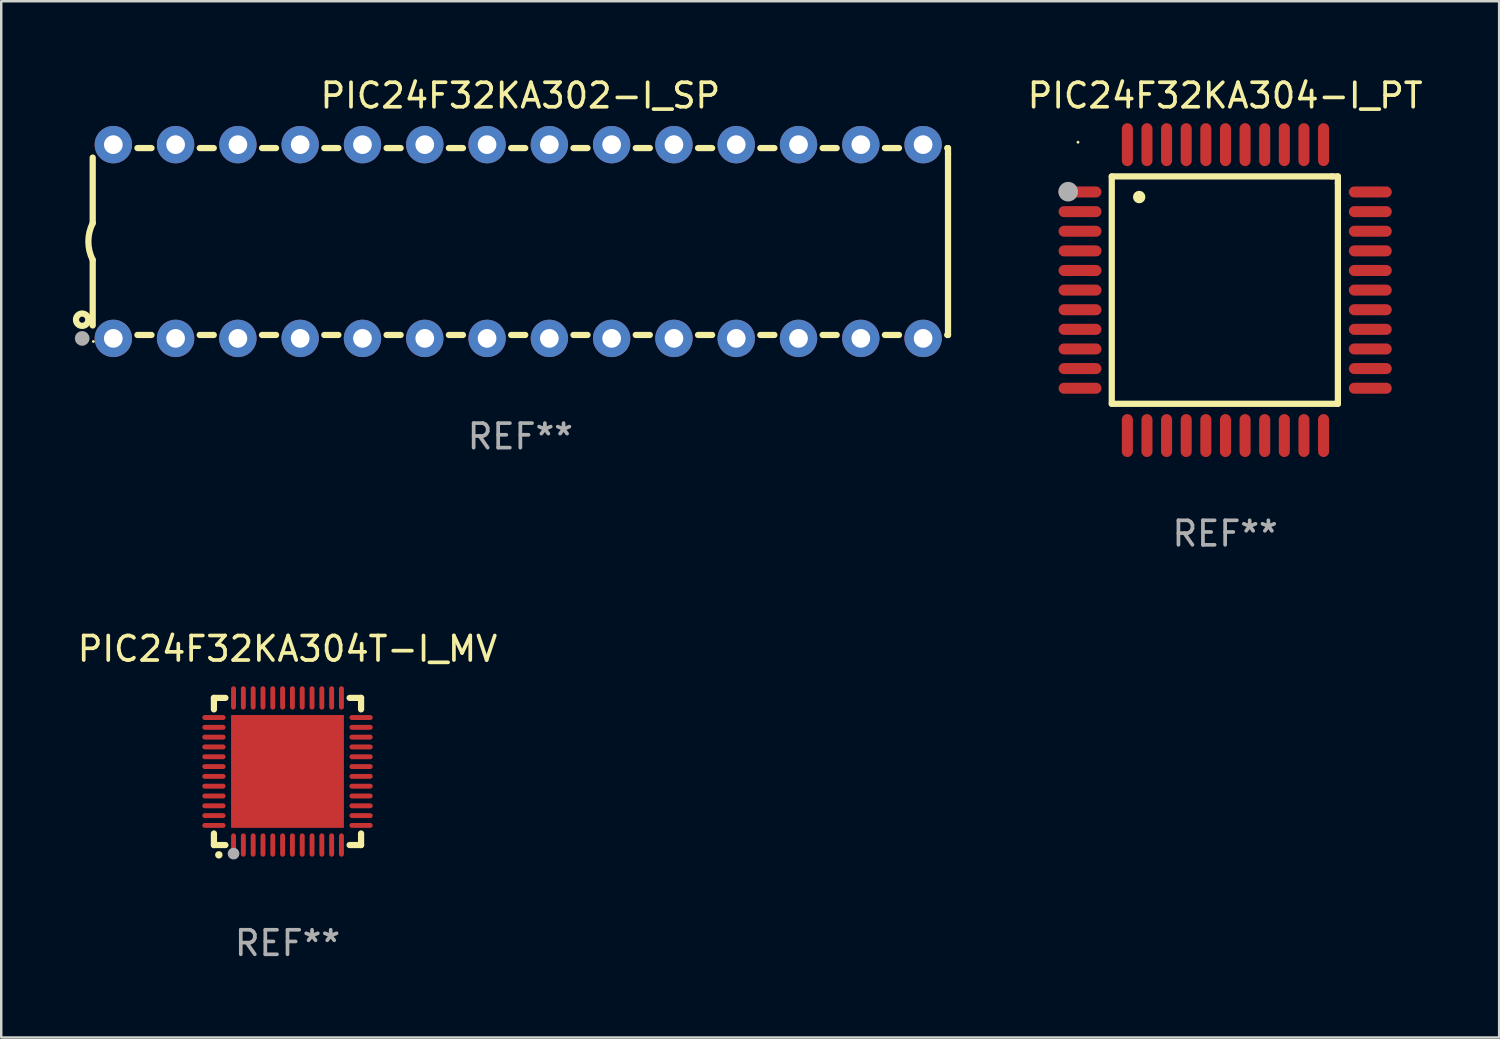
<source format=kicad_pcb>
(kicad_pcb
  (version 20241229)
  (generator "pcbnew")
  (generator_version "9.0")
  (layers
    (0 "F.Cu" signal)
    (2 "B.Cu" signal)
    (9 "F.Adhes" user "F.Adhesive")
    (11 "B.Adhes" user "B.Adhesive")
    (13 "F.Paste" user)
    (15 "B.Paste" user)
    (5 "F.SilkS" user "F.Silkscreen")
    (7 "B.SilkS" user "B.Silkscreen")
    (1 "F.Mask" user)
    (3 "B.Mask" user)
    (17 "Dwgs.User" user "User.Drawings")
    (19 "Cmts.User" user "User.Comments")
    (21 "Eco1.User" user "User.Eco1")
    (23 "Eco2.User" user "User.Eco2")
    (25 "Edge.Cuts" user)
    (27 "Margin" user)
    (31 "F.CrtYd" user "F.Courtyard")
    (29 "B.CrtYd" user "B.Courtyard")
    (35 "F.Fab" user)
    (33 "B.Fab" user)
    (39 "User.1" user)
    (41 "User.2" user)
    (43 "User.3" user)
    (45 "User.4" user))
  (footprint "PIC24F32KA302-I_SP"
    (layer "F.Cu")
    (at 18.168 6.798)
    (property "Reference" "PIC24F32KA302-I_SP" (at 0 -5.95 0) (layer "F.SilkS") (effects (font (size 1 1) (thickness 0.15))))
    (attr through_hole)
    (fp_line (start -17.438 0.75) (end -17.438 3.423) (stroke (width 0.254) (type solid)) (layer "F.SilkS"))
    (fp_line (start -17.438 -3.423) (end -17.438 -0.75) (stroke (width 0.254) (type solid)) (layer "F.SilkS"))
    (fp_line (start -15.615 3.81) (end -15.041 3.81) (stroke (width 0.254) (type solid)) (layer "F.SilkS"))
    (fp_line (start -15.041 -3.81) (end -15.614 -3.81) (stroke (width 0.254) (type solid)) (layer "F.SilkS"))
    (fp_line (start -13.075 3.81) (end -12.501 3.81) (stroke (width 0.254) (type solid)) (layer "F.SilkS"))
    (fp_line (start -12.501 -3.81) (end -13.074 -3.81) (stroke (width 0.254) (type solid)) (layer "F.SilkS"))
    (fp_line (start -10.535 3.81) (end -9.961 3.81) (stroke (width 0.254) (type solid)) (layer "F.SilkS"))
    (fp_line (start -9.961 -3.81) (end -10.534 -3.81) (stroke (width 0.254) (type solid)) (layer "F.SilkS"))
    (fp_line (start -7.995 3.81) (end -7.421 3.81) (stroke (width 0.254) (type solid)) (layer "F.SilkS"))
    (fp_line (start -7.421 -3.81) (end -7.995 -3.81) (stroke (width 0.254) (type solid)) (layer "F.SilkS"))
    (fp_line (start -5.455 3.81) (end -4.881 3.81) (stroke (width 0.254) (type solid)) (layer "F.SilkS"))
    (fp_line (start -4.881 -3.81) (end -5.455 -3.81) (stroke (width 0.254) (type solid)) (layer "F.SilkS"))
    (fp_line (start -2.915 3.81) (end -2.341 3.81) (stroke (width 0.254) (type solid)) (layer "F.SilkS"))
    (fp_line (start -2.341 -3.81) (end -2.915 -3.81) (stroke (width 0.254) (type solid)) (layer "F.SilkS"))
    (fp_line (start -0.375 3.81) (end 0.199 3.81) (stroke (width 0.254) (type solid)) (layer "F.SilkS"))
    (fp_line (start 0.199 -3.81) (end -0.375 -3.81) (stroke (width 0.254) (type solid)) (layer "F.SilkS"))
    (fp_line (start 2.165 3.81) (end 2.739 3.81) (stroke (width 0.254) (type solid)) (layer "F.SilkS"))
    (fp_line (start 2.739 -3.81) (end 2.165 -3.81) (stroke (width 0.254) (type solid)) (layer "F.SilkS"))
    (fp_line (start 4.705 3.81) (end 5.279 3.81) (stroke (width 0.254) (type solid)) (layer "F.SilkS"))
    (fp_line (start 5.279 -3.81) (end 4.705 -3.81) (stroke (width 0.254) (type solid)) (layer "F.SilkS"))
    (fp_line (start 7.245 3.81) (end 7.819 3.81) (stroke (width 0.254) (type solid)) (layer "F.SilkS"))
    (fp_line (start 7.819 -3.81) (end 7.245 -3.81) (stroke (width 0.254) (type solid)) (layer "F.SilkS"))
    (fp_line (start 9.785 3.81) (end 10.359 3.81) (stroke (width 0.254) (type solid)) (layer "F.SilkS"))
    (fp_line (start 10.359 -3.81) (end 9.785 -3.81) (stroke (width 0.254) (type solid)) (layer "F.SilkS"))
    (fp_line (start 12.325 3.81) (end 12.899 3.81) (stroke (width 0.254) (type solid)) (layer "F.SilkS"))
    (fp_line (start 12.899 -3.81) (end 12.325 -3.81) (stroke (width 0.254) (type solid)) (layer "F.SilkS"))
    (fp_line (start 14.865 3.81) (end 15.439 3.81) (stroke (width 0.254) (type solid)) (layer "F.SilkS"))
    (fp_line (start 15.439 -3.81) (end 14.865 -3.81) (stroke (width 0.254) (type solid)) (layer "F.SilkS"))
    (fp_line (start 17.405 3.81) (end 17.438 3.81) (stroke (width 0.254) (type solid)) (layer "F.SilkS"))
    (fp_line (start 17.438 -3.81) (end 17.405 -3.81) (stroke (width 0.254) (type solid)) (layer "F.SilkS"))
    (fp_line (start 17.438 -3.556) (end 17.438 -3.81) (stroke (width 0.254) (type solid)) (layer "F.SilkS"))
    (fp_line (start 17.438 3.81) (end 17.438 -3.556) (stroke (width 0.254) (type solid)) (layer "F.SilkS"))
    (fp_arc (start -17.437986 0.749657) (mid -17.614887 -0.000024) (end -17.437783 -0.749657) (stroke (width 0.254001) (type solid)) (layer "F.SilkS"))
    (fp_circle (center -17.868 3.188) (end -17.743 3.188) (stroke (width 0.254) (type solid)) (fill no) (layer "F.SilkS"))
    (fp_circle (center -17.411 4.077) (end -17.381 4.077) (stroke (width 0.06) (type solid)) (fill no) (layer "F.SilkS"))
    (fp_circle (center -17.868 3.95) (end -17.718 3.95) (stroke (width 0.3) (type solid)) (fill no) (layer "F.Fab"))
    (fp_text user "REF**" (at 0 7.95 0) (layer "F.Fab") (effects (font (size 1 1) (thickness 0.15))))
    (pad "1" thru_hole circle (at -16.598 3.95) (size 1.524 1.524) (drill 0.762) (layers "*.Cu" "*.Mask"))
    (pad "2" thru_hole circle (at -14.058 3.95) (size 1.524 1.524) (drill 0.762) (layers "*.Cu" "*.Mask"))
    (pad "3" thru_hole circle (at -11.518 3.95) (size 1.524 1.524) (drill 0.762) (layers "*.Cu" "*.Mask"))
    (pad "4" thru_hole circle (at -8.978 3.95) (size 1.524 1.524) (drill 0.762) (layers "*.Cu" "*.Mask"))
    (pad "5" thru_hole circle (at -6.438 3.95) (size 1.524 1.524) (drill 0.762) (layers "*.Cu" "*.Mask"))
    (pad "6" thru_hole circle (at -3.898 3.95) (size 1.524 1.524) (drill 0.762) (layers "*.Cu" "*.Mask"))
    (pad "7" thru_hole circle (at -1.358 3.95) (size 1.524 1.524) (drill 0.762) (layers "*.Cu" "*.Mask"))
    (pad "8" thru_hole circle (at 1.182 3.95) (size 1.524 1.524) (drill 0.762) (layers "*.Cu" "*.Mask"))
    (pad "9" thru_hole circle (at 3.722 3.95) (size 1.524 1.524) (drill 0.762) (layers "*.Cu" "*.Mask"))
    (pad "10" thru_hole circle (at 6.262 3.95) (size 1.524 1.524) (drill 0.762) (layers "*.Cu" "*.Mask"))
    (pad "11" thru_hole circle (at 8.802 3.95) (size 1.524 1.524) (drill 0.762) (layers "*.Cu" "*.Mask"))
    (pad "12" thru_hole circle (at 11.342 3.95) (size 1.524 1.524) (drill 0.762) (layers "*.Cu" "*.Mask"))
    (pad "13" thru_hole circle (at 13.882 3.95) (size 1.524 1.524) (drill 0.762) (layers "*.Cu" "*.Mask"))
    (pad "14" thru_hole circle (at 16.422 3.95) (size 1.524 1.524) (drill 0.762) (layers "*.Cu" "*.Mask"))
    (pad "15" thru_hole circle (at 16.422 -3.95) (size 1.524 1.524) (drill 0.762) (layers "*.Cu" "*.Mask"))
    (pad "16" thru_hole circle (at 13.882 -3.95) (size 1.524 1.524) (drill 0.762) (layers "*.Cu" "*.Mask"))
    (pad "17" thru_hole circle (at 11.342 -3.95) (size 1.524 1.524) (drill 0.762) (layers "*.Cu" "*.Mask"))
    (pad "18" thru_hole circle (at 8.802 -3.95) (size 1.524 1.524) (drill 0.762) (layers "*.Cu" "*.Mask"))
    (pad "19" thru_hole circle (at 6.262 -3.95) (size 1.524 1.524) (drill 0.762) (layers "*.Cu" "*.Mask"))
    (pad "20" thru_hole circle (at 3.722 -3.95) (size 1.524 1.524) (drill 0.762) (layers "*.Cu" "*.Mask"))
    (pad "21" thru_hole circle (at 1.182 -3.95) (size 1.524 1.524) (drill 0.762) (layers "*.Cu" "*.Mask"))
    (pad "22" thru_hole circle (at -1.358 -3.95) (size 1.524 1.524) (drill 0.762) (layers "*.Cu" "*.Mask"))
    (pad "23" thru_hole circle (at -3.898 -3.95) (size 1.524 1.524) (drill 0.762) (layers "*.Cu" "*.Mask"))
    (pad "24" thru_hole circle (at -6.438 -3.95) (size 1.524 1.524) (drill 0.762) (layers "*.Cu" "*.Mask"))
    (pad "25" thru_hole circle (at -8.978 -3.95) (size 1.524 1.524) (drill 0.762) (layers "*.Cu" "*.Mask"))
    (pad "26" thru_hole circle (at -11.517 -3.95) (size 1.524 1.524) (drill 0.762) (layers "*.Cu" "*.Mask"))
    (pad "27" thru_hole circle (at -14.057 -3.95) (size 1.524 1.524) (drill 0.762) (layers "*.Cu" "*.Mask"))
    (pad "28" thru_hole circle (at -16.597 -3.95) (size 1.524 1.524) (drill 0.762) (layers "*.Cu" "*.Mask")))
  (footprint "PIC24F32KA304T-I_MV"
    (layer "F.Cu")
    (at 8.673 28.407)
    (property "Reference" "PIC24F32KA304T-I_MV" (at 0 -5 0) (layer "F.SilkS") (effects (font (size 1 1) (thickness 0.15))))
    (attr through_hole)
    (fp_line (start -3 -3) (end -2.532 -3) (stroke (width 0.254) (type solid)) (layer "F.SilkS"))
    (fp_line (start -3 -2.532) (end -3 -3) (stroke (width 0.254) (type solid)) (layer "F.SilkS"))
    (fp_line (start -3 3) (end -3 2.529) (stroke (width 0.254) (type solid)) (layer "F.SilkS"))
    (fp_line (start -2.532 3) (end -3 3) (stroke (width 0.254) (type solid)) (layer "F.SilkS"))
    (fp_line (start 2.532 -3) (end 3 -3) (stroke (width 0.254) (type solid)) (layer "F.SilkS"))
    (fp_line (start 3 -3) (end 3 -2.532) (stroke (width 0.254) (type solid)) (layer "F.SilkS"))
    (fp_line (start 3 2.529) (end 3 3) (stroke (width 0.254) (type solid)) (layer "F.SilkS"))
    (fp_line (start 3 3) (end 2.532 3) (stroke (width 0.254) (type solid)) (layer "F.SilkS"))
    (fp_arc (start -2.801295 3.400025) (mid -2.800025 3.40002) (end -2.798755 3.400025) (stroke (width 0.3) (type solid)) (layer "F.SilkS"))
    (fp_circle (center -3 3) (end -2.97 3) (stroke (width 0.06) (type solid)) (fill no) (layer "F.SilkS"))
    (fp_circle (center -2.2 3.35) (end -2.08 3.35) (stroke (width 0.24) (type solid)) (fill no) (layer "F.Fab"))
    (fp_text user "REF**" (at 0 7 0) (layer "F.Fab") (effects (font (size 1 1) (thickness 0.15))))
    (pad "1" smd oval (at -2.2 3) (size 0.2 0.95) (layers "F.Cu" "F.Mask" "F.Paste"))
    (pad "2" smd oval (at -1.8 3) (size 0.2 0.95) (layers "F.Cu" "F.Mask" "F.Paste"))
    (pad "3" smd oval (at -1.4 3) (size 0.2 0.95) (layers "F.Cu" "F.Mask" "F.Paste"))
    (pad "4" smd oval (at -1 3) (size 0.2 0.95) (layers "F.Cu" "F.Mask" "F.Paste"))
    (pad "5" smd oval (at -0.6 3) (size 0.2 0.95) (layers "F.Cu" "F.Mask" "F.Paste"))
    (pad "6" smd oval (at -0.2 3) (size 0.2 0.95) (layers "F.Cu" "F.Mask" "F.Paste"))
    (pad "7" smd oval (at 0.2 3) (size 0.2 0.95) (layers "F.Cu" "F.Mask" "F.Paste"))
    (pad "8" smd oval (at 0.6 3) (size 0.2 0.95) (layers "F.Cu" "F.Mask" "F.Paste"))
    (pad "9" smd oval (at 1 3) (size 0.2 0.95) (layers "F.Cu" "F.Mask" "F.Paste"))
    (pad "10" smd oval (at 1.4 3) (size 0.2 0.95) (layers "F.Cu" "F.Mask" "F.Paste"))
    (pad "11" smd oval (at 1.8 3) (size 0.2 0.95) (layers "F.Cu" "F.Mask" "F.Paste"))
    (pad "12" smd oval (at 2.2 3) (size 0.2 0.95) (layers "F.Cu" "F.Mask" "F.Paste"))
    (pad "13" smd oval (at 3 2.2 90) (size 0.2 0.95) (layers "F.Cu" "F.Mask" "F.Paste"))
    (pad "14" smd oval (at 3 1.8 90) (size 0.2 0.95) (layers "F.Cu" "F.Mask" "F.Paste"))
    (pad "15" smd oval (at 3 1.4 90) (size 0.2 0.95) (layers "F.Cu" "F.Mask" "F.Paste"))
    (pad "16" smd oval (at 3 1 90) (size 0.2 0.95) (layers "F.Cu" "F.Mask" "F.Paste"))
    (pad "17" smd oval (at 3 0.6 90) (size 0.2 0.95) (layers "F.Cu" "F.Mask" "F.Paste"))
    (pad "18" smd oval (at 3 0.2 90) (size 0.2 0.95) (layers "F.Cu" "F.Mask" "F.Paste"))
    (pad "19" smd oval (at 3 -0.2 90) (size 0.2 0.95) (layers "F.Cu" "F.Mask" "F.Paste"))
    (pad "20" smd oval (at 3 -0.6 90) (size 0.2 0.95) (layers "F.Cu" "F.Mask" "F.Paste"))
    (pad "21" smd oval (at 3 -1 90) (size 0.2 0.95) (layers "F.Cu" "F.Mask" "F.Paste"))
    (pad "22" smd oval (at 3 -1.4 90) (size 0.2 0.95) (layers "F.Cu" "F.Mask" "F.Paste"))
    (pad "23" smd oval (at 3 -1.8 90) (size 0.2 0.95) (layers "F.Cu" "F.Mask" "F.Paste"))
    (pad "24" smd oval (at 3 -2.2 90) (size 0.2 0.95) (layers "F.Cu" "F.Mask" "F.Paste"))
    (pad "25" smd oval (at 2.2 -3 180) (size 0.2 0.95) (layers "F.Cu" "F.Mask" "F.Paste"))
    (pad "26" smd oval (at 1.8 -3 180) (size 0.2 0.95) (layers "F.Cu" "F.Mask" "F.Paste"))
    (pad "27" smd oval (at 1.4 -3 180) (size 0.2 0.95) (layers "F.Cu" "F.Mask" "F.Paste"))
    (pad "28" smd oval (at 1 -3 180) (size 0.2 0.95) (layers "F.Cu" "F.Mask" "F.Paste"))
    (pad "29" smd oval (at 0.6 -3 180) (size 0.2 0.95) (layers "F.Cu" "F.Mask" "F.Paste"))
    (pad "30" smd oval (at 0.2 -3 180) (size 0.2 0.95) (layers "F.Cu" "F.Mask" "F.Paste"))
    (pad "31" smd oval (at -0.2 -3 180) (size 0.2 0.95) (layers "F.Cu" "F.Mask" "F.Paste"))
    (pad "32" smd oval (at -0.6 -3 180) (size 0.2 0.95) (layers "F.Cu" "F.Mask" "F.Paste"))
    (pad "33" smd oval (at -1 -3 180) (size 0.2 0.95) (layers "F.Cu" "F.Mask" "F.Paste"))
    (pad "34" smd oval (at -1.4 -3 180) (size 0.2 0.95) (layers "F.Cu" "F.Mask" "F.Paste"))
    (pad "35" smd oval (at -1.8 -3 180) (size 0.2 0.95) (layers "F.Cu" "F.Mask" "F.Paste"))
    (pad "36" smd oval (at -2.2 -3 180) (size 0.2 0.95) (layers "F.Cu" "F.Mask" "F.Paste"))
    (pad "37" smd oval (at -3 -2.2 270) (size 0.2 0.95) (layers "F.Cu" "F.Mask" "F.Paste"))
    (pad "38" smd oval (at -3 -1.8 270) (size 0.2 0.95) (layers "F.Cu" "F.Mask" "F.Paste"))
    (pad "39" smd oval (at -3 -1.4 270) (size 0.2 0.95) (layers "F.Cu" "F.Mask" "F.Paste"))
    (pad "40" smd oval (at -3 -1 270) (size 0.2 0.95) (layers "F.Cu" "F.Mask" "F.Paste"))
    (pad "41" smd oval (at -3 -0.6 270) (size 0.2 0.95) (layers "F.Cu" "F.Mask" "F.Paste"))
    (pad "42" smd oval (at -3 -0.2 270) (size 0.2 0.95) (layers "F.Cu" "F.Mask" "F.Paste"))
    (pad "43" smd oval (at -3 0.2 270) (size 0.2 0.95) (layers "F.Cu" "F.Mask" "F.Paste"))
    (pad "44" smd oval (at -3 0.6 270) (size 0.2 0.95) (layers "F.Cu" "F.Mask" "F.Paste"))
    (pad "45" smd oval (at -3 1 270) (size 0.2 0.95) (layers "F.Cu" "F.Mask" "F.Paste"))
    (pad "46" smd oval (at -3 1.4 270) (size 0.2 0.95) (layers "F.Cu" "F.Mask" "F.Paste"))
    (pad "47" smd oval (at -3 1.8 270) (size 0.2 0.95) (layers "F.Cu" "F.Mask" "F.Paste"))
    (pad "48" smd oval (at -3 2.2 270) (size 0.2 0.95) (layers "F.Cu" "F.Mask" "F.Paste"))
    (pad "49" smd rect (at -0.001 -0.001 180) (size 4.6 4.6) (layers "F.Cu" "F.Mask" "F.Paste")))
  (footprint "PIC24F32KA304-I_PT"
    (layer "F.Cu")
    (at 46.906 8.779)
    (property "Reference" "PIC24F32KA304-I_PT" (at 0 -7.931 0) (layer "F.SilkS") (effects (font (size 1 1) (thickness 0.15))))
    (attr through_hole)
    (fp_line (start -4.623 -4.636) (end 4.35 -4.636) (stroke (width 0.254) (type solid)) (layer "F.SilkS"))
    (fp_line (start -4.623 4.636) (end -4.623 -4.636) (stroke (width 0.254) (type solid)) (layer "F.SilkS"))
    (fp_line (start 4.35 -4.636) (end 4.597 -4.636) (stroke (width 0.254) (type solid)) (layer "F.SilkS"))
    (fp_line (start 4.597 -4.636) (end 4.597 -4.363) (stroke (width 0.254) (type solid)) (layer "F.SilkS"))
    (fp_line (start 4.597 -4.363) (end 4.597 4.636) (stroke (width 0.254) (type solid)) (layer "F.SilkS"))
    (fp_line (start 4.597 4.636) (end -4.623 4.636) (stroke (width 0.254) (type solid)) (layer "F.SilkS"))
    (fp_arc (start -3.505207 -3.792228) (mid -3.50522 -3.794768) (end -3.505207 -3.797308) (stroke (width 0.5) (type solid)) (layer "F.SilkS"))
    (fp_circle (center -6 -6.03) (end -5.97 -6.03) (stroke (width 0.06) (type solid)) (fill no) (layer "F.SilkS"))
    (fp_circle (center -6.401 -4.013) (end -6.201 -4.013) (stroke (width 0.4) (type solid)) (fill no) (layer "F.Fab"))
    (fp_text user "REF**" (at 0 9.931 0) (layer "F.Fab") (effects (font (size 1 1) (thickness 0.15))))
    (pad "1" smd oval (at -5.918 -4.001 90) (size 0.45 1.75) (layers "F.Cu" "F.Mask" "F.Paste"))
    (pad "2" smd oval (at -5.918 -3.2 90) (size 0.45 1.75) (layers "F.Cu" "F.Mask" "F.Paste"))
    (pad "3" smd oval (at -5.918 -2.4 90) (size 0.45 1.75) (layers "F.Cu" "F.Mask" "F.Paste"))
    (pad "4" smd oval (at -5.918 -1.6 90) (size 0.45 1.75) (layers "F.Cu" "F.Mask" "F.Paste"))
    (pad "5" smd oval (at -5.918 -0.8 90) (size 0.45 1.75) (layers "F.Cu" "F.Mask" "F.Paste"))
    (pad "6" smd oval (at -5.918 0 90) (size 0.45 1.75) (layers "F.Cu" "F.Mask" "F.Paste"))
    (pad "7" smd oval (at -5.918 0.8 90) (size 0.45 1.75) (layers "F.Cu" "F.Mask" "F.Paste"))
    (pad "8" smd oval (at -5.918 1.6 90) (size 0.45 1.75) (layers "F.Cu" "F.Mask" "F.Paste"))
    (pad "9" smd oval (at -5.918 2.4 90) (size 0.45 1.75) (layers "F.Cu" "F.Mask" "F.Paste"))
    (pad "10" smd oval (at -5.918 3.2 90) (size 0.45 1.75) (layers "F.Cu" "F.Mask" "F.Paste"))
    (pad "11" smd oval (at -5.918 4.001 90) (size 0.45 1.75) (layers "F.Cu" "F.Mask" "F.Paste"))
    (pad "12" smd oval (at -3.988 5.931) (size 0.45 1.75) (layers "F.Cu" "F.Mask" "F.Paste"))
    (pad "13" smd oval (at -3.188 5.931) (size 0.45 1.75) (layers "F.Cu" "F.Mask" "F.Paste"))
    (pad "14" smd oval (at -2.388 5.931) (size 0.45 1.75) (layers "F.Cu" "F.Mask" "F.Paste"))
    (pad "15" smd oval (at -1.588 5.931) (size 0.45 1.75) (layers "F.Cu" "F.Mask" "F.Paste"))
    (pad "16" smd oval (at -0.787 5.931) (size 0.45 1.75) (layers "F.Cu" "F.Mask" "F.Paste"))
    (pad "17" smd oval (at 0.013 5.931) (size 0.45 1.75) (layers "F.Cu" "F.Mask" "F.Paste"))
    (pad "18" smd oval (at 0.813 5.931) (size 0.45 1.75) (layers "F.Cu" "F.Mask" "F.Paste"))
    (pad "19" smd oval (at 1.613 5.931) (size 0.45 1.75) (layers "F.Cu" "F.Mask" "F.Paste"))
    (pad "20" smd oval (at 2.413 5.931) (size 0.45 1.75) (layers "F.Cu" "F.Mask" "F.Paste"))
    (pad "21" smd oval (at 3.213 5.931) (size 0.45 1.75) (layers "F.Cu" "F.Mask" "F.Paste"))
    (pad "22" smd oval (at 4.013 5.931) (size 0.45 1.75) (layers "F.Cu" "F.Mask" "F.Paste"))
    (pad "23" smd oval (at 5.918 4.001 90) (size 0.45 1.75) (layers "F.Cu" "F.Mask" "F.Paste"))
    (pad "24" smd oval (at 5.918 3.2 90) (size 0.45 1.75) (layers "F.Cu" "F.Mask" "F.Paste"))
    (pad "25" smd oval (at 5.918 2.4 90) (size 0.45 1.75) (layers "F.Cu" "F.Mask" "F.Paste"))
    (pad "26" smd oval (at 5.918 1.6 90) (size 0.45 1.75) (layers "F.Cu" "F.Mask" "F.Paste"))
    (pad "27" smd oval (at 5.918 0.8 90) (size 0.45 1.75) (layers "F.Cu" "F.Mask" "F.Paste"))
    (pad "28" smd oval (at 5.918 0 90) (size 0.45 1.75) (layers "F.Cu" "F.Mask" "F.Paste"))
    (pad "29" smd oval (at 5.918 -0.8 90) (size 0.45 1.75) (layers "F.Cu" "F.Mask" "F.Paste"))
    (pad "30" smd oval (at 5.918 -1.6 90) (size 0.45 1.75) (layers "F.Cu" "F.Mask" "F.Paste"))
    (pad "31" smd oval (at 5.918 -2.4 90) (size 0.45 1.75) (layers "F.Cu" "F.Mask" "F.Paste"))
    (pad "32" smd oval (at 5.918 -3.2 90) (size 0.45 1.75) (layers "F.Cu" "F.Mask" "F.Paste"))
    (pad "33" smd oval (at 5.918 -4.001 90) (size 0.45 1.75) (layers "F.Cu" "F.Mask" "F.Paste"))
    (pad "34" smd oval (at 4.013 -5.931) (size 0.45 1.75) (layers "F.Cu" "F.Mask" "F.Paste"))
    (pad "35" smd oval (at 3.213 -5.931) (size 0.45 1.75) (layers "F.Cu" "F.Mask" "F.Paste"))
    (pad "36" smd oval (at 2.413 -5.931) (size 0.45 1.75) (layers "F.Cu" "F.Mask" "F.Paste"))
    (pad "37" smd oval (at 1.613 -5.931) (size 0.45 1.75) (layers "F.Cu" "F.Mask" "F.Paste"))
    (pad "38" smd oval (at 0.813 -5.931) (size 0.45 1.75) (layers "F.Cu" "F.Mask" "F.Paste"))
    (pad "39" smd oval (at 0.013 -5.931) (size 0.45 1.75) (layers "F.Cu" "F.Mask" "F.Paste"))
    (pad "40" smd oval (at -0.787 -5.931) (size 0.45 1.75) (layers "F.Cu" "F.Mask" "F.Paste"))
    (pad "41" smd oval (at -1.588 -5.931) (size 0.45 1.75) (layers "F.Cu" "F.Mask" "F.Paste"))
    (pad "42" smd oval (at -2.388 -5.931) (size 0.45 1.75) (layers "F.Cu" "F.Mask" "F.Paste"))
    (pad "43" smd oval (at -3.188 -5.931) (size 0.45 1.75) (layers "F.Cu" "F.Mask" "F.Paste"))
    (pad "44" smd oval (at -3.988 -5.931) (size 0.45 1.75) (layers "F.Cu" "F.Mask" "F.Paste")))
  (gr_rect
    (start -3 -3)
    (end 58.078 39.255)
    (stroke (width 0.1) (type default))
    (fill no)
    (layer "Edge.Cuts")))
</source>
